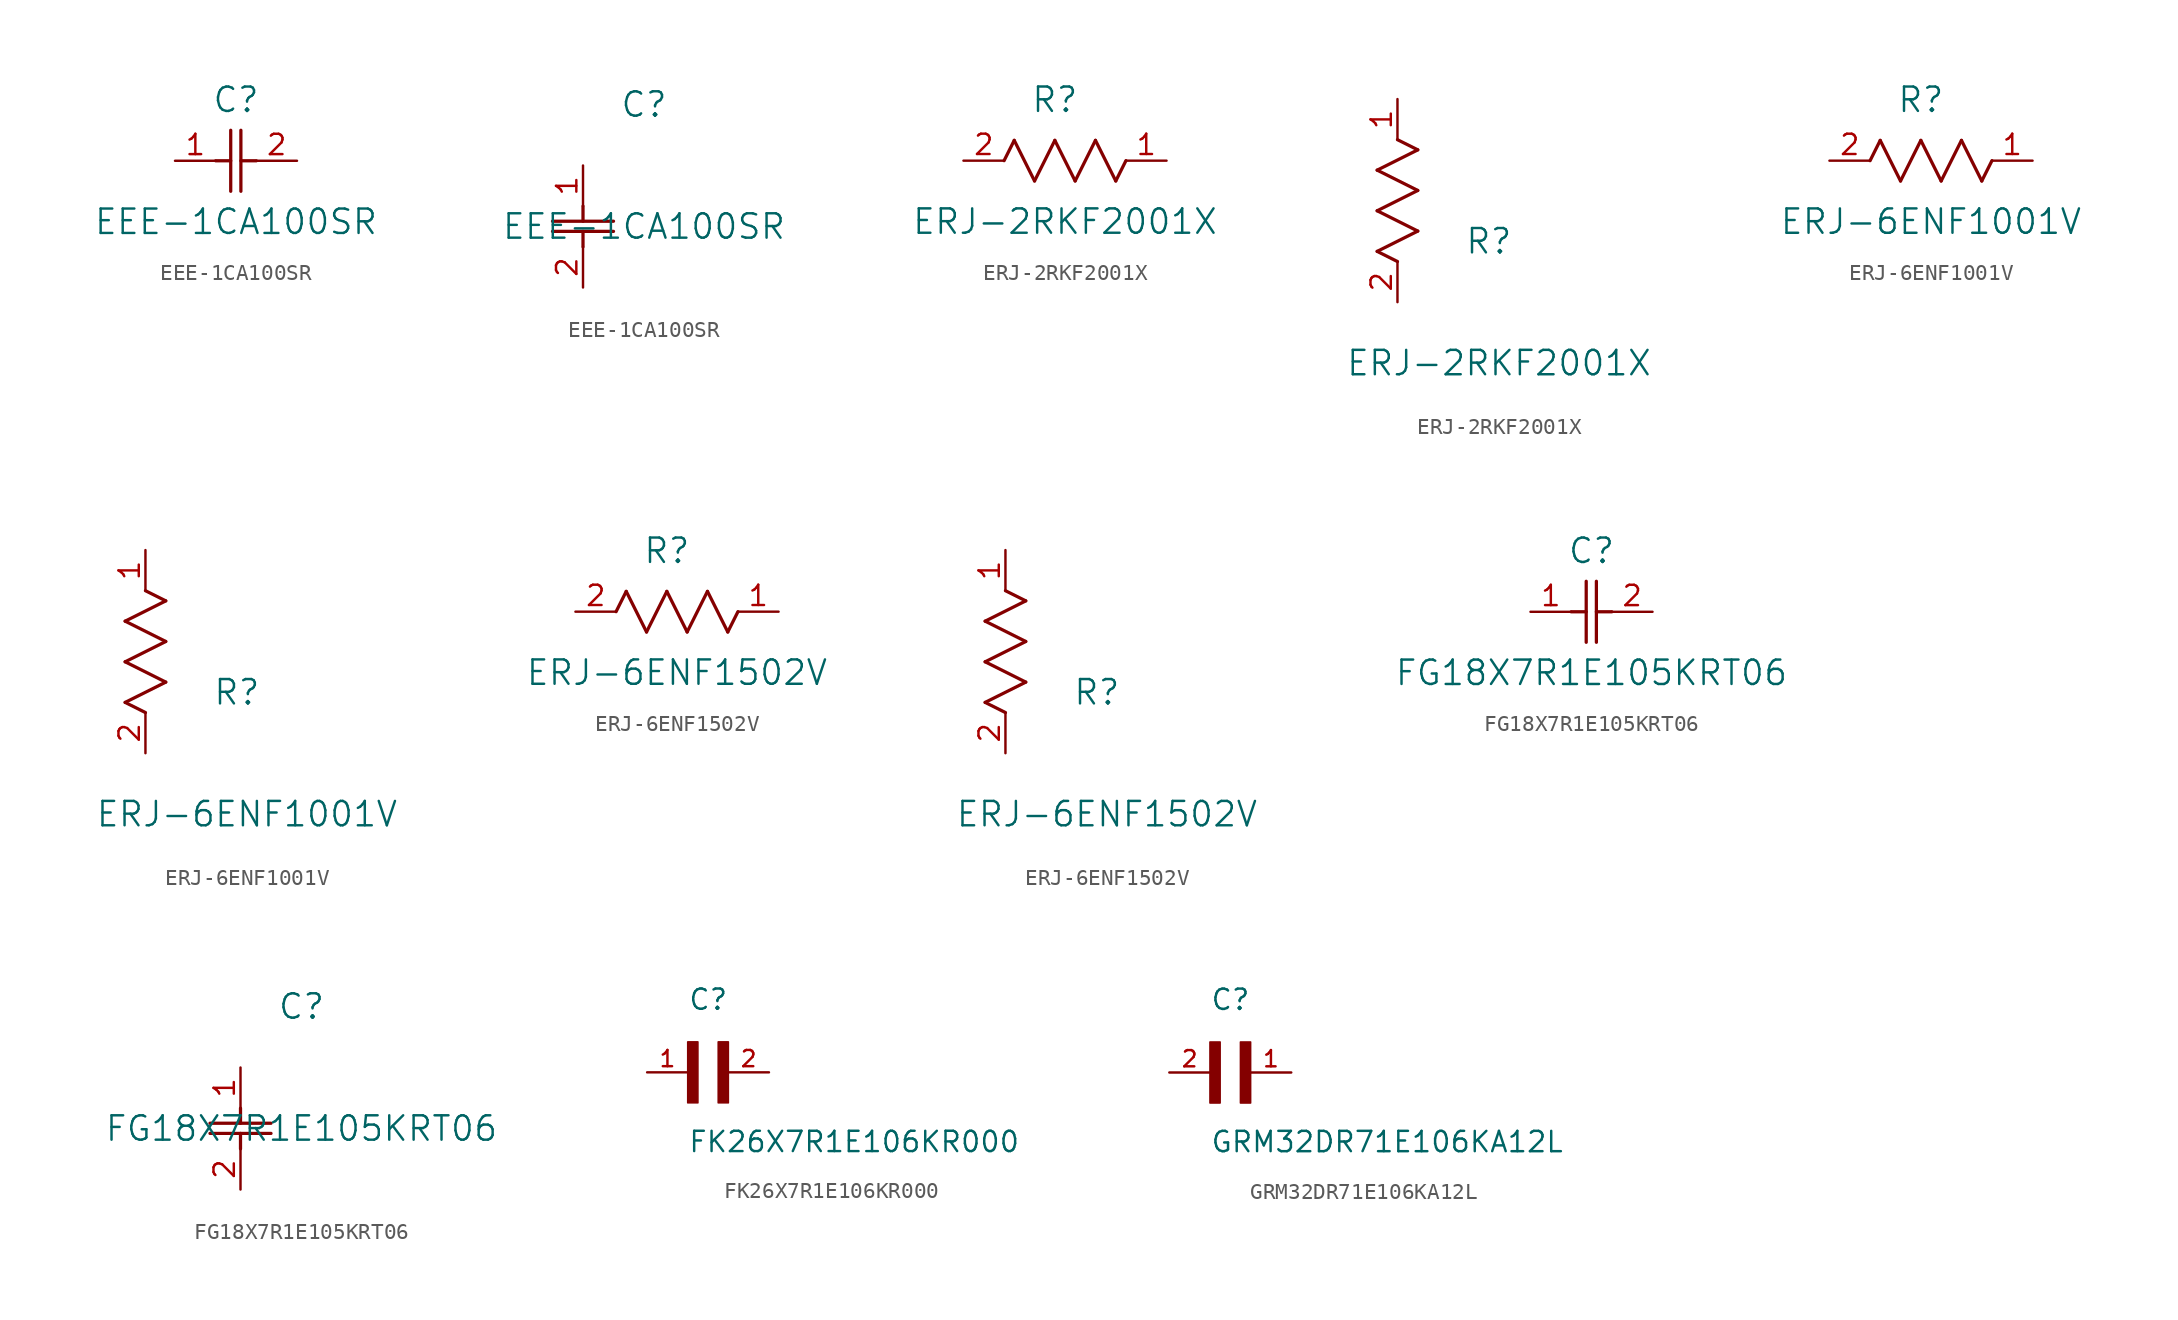
<source format=kicad_sym>
(kicad_symbol_lib
  (version 20211014)
  (generator kicad_symbol_editor)
  (symbol "EEE-1CA100SR"
    (pin_names
      (offset 0.254))
    (property "Reference" "C"
      (at 3.81 3.81 0)
      (effects (font (size 1.524 1.524))))
    (property "Value" "EEE-1CA100SR"
      (at 3.81 -3.81 0)
      (effects (font (size 1.524 1.524))))
    (symbol "EEE-1CA100SR_1_1"
      (polyline (pts (xy 3.48 -1.905) (xy 3.48 1.905)) (stroke (width 0.203) (type default) (color 0 0 0 0)) (fill (type none)))
      (polyline (pts (xy 4.115 -1.905) (xy 4.115 1.905)) (stroke (width 0.203) (type default) (color 0 0 0 0)) (fill (type none)))
      (polyline (pts (xy 4.115 0) (xy 5.08 0)) (stroke (width 0.203) (type default) (color 0 0 0 0)) (fill (type none)))
      (polyline (pts (xy 2.54 0) (xy 3.48 0)) (stroke (width 0.203) (type default) (color 0 0 0 0)) (fill (type none)))
      (pin unspecified line (at 0 0 0) (length 2.54) (name "" (effects (font (size 1.27 1.27)))) (number "1" (effects (font (size 1.27 1.27)))))
      (pin unspecified line (at 7.62 0 180) (length 2.54) (name "" (effects (font (size 1.27 1.27)))) (number "2" (effects (font (size 1.27 1.27))))))
    (symbol "EEE-1CA100SR_1_2"
      (polyline (pts (xy -1.905 -3.48) (xy 1.905 -3.48)) (stroke (width 0.203) (type default) (color 0 0 0 0)) (fill (type none)))
      (polyline (pts (xy -1.905 -4.115) (xy 1.905 -4.115)) (stroke (width 0.203) (type default) (color 0 0 0 0)) (fill (type none)))
      (polyline (pts (xy 0 -4.115) (xy 0 -5.08)) (stroke (width 0.203) (type default) (color 0 0 0 0)) (fill (type none)))
      (polyline (pts (xy 0 -2.54) (xy 0 -3.48)) (stroke (width 0.203) (type default) (color 0 0 0 0)) (fill (type none)))
      (pin unspecified line (at 0 0 270) (length 2.54) (name "" (effects (font (size 1.27 1.27)))) (number "1" (effects (font (size 1.27 1.27)))))
      (pin unspecified line (at 0 -7.62 90) (length 2.54) (name "" (effects (font (size 1.27 1.27)))) (number "2" (effects (font (size 1.27 1.27)))))))
  (symbol "ERJ-2RKF2001X"
    (pin_names
      (offset 0.254))
    (property "Reference" "R"
      (at 5.715 3.81 0)
      (effects (font (size 1.524 1.524))))
    (property "Value" "ERJ-2RKF2001X"
      (at 6.35 -3.81 0)
      (effects (font (size 1.524 1.524))))
    (symbol "ERJ-2RKF2001X_1_1"
      (polyline (pts (xy 3.175 1.27) (xy 4.445 -1.27)) (stroke (width 0.203) (type default) (color 0 0 0 0)) (fill (type none)))
      (polyline (pts (xy 4.445 -1.27) (xy 5.715 1.27)) (stroke (width 0.203) (type default) (color 0 0 0 0)) (fill (type none)))
      (polyline (pts (xy 5.715 1.27) (xy 6.985 -1.27)) (stroke (width 0.203) (type default) (color 0 0 0 0)) (fill (type none)))
      (polyline (pts (xy 6.985 -1.27) (xy 8.255 1.27)) (stroke (width 0.203) (type default) (color 0 0 0 0)) (fill (type none)))
      (polyline (pts (xy 8.255 1.27) (xy 9.525 -1.27)) (stroke (width 0.203) (type default) (color 0 0 0 0)) (fill (type none)))
      (polyline (pts (xy 2.54 0) (xy 3.175 1.27)) (stroke (width 0.203) (type default) (color 0 0 0 0)) (fill (type none)))
      (polyline (pts (xy 9.525 -1.27) (xy 10.16 0)) (stroke (width 0.203) (type default) (color 0 0 0 0)) (fill (type none)))
      (pin unspecified line (at 12.7 0 180) (length 2.54) (name "" (effects (font (size 1.27 1.27)))) (number "1" (effects (font (size 1.27 1.27)))))
      (pin unspecified line (at 0 0 0) (length 2.54) (name "" (effects (font (size 1.27 1.27)))) (number "2" (effects (font (size 1.27 1.27))))))
    (symbol "ERJ-2RKF2001X_1_2"
      (polyline (pts (xy 0 2.54) (xy -1.27 3.175)) (stroke (width 0.203) (type default) (color 0 0 0 0)) (fill (type none)))
      (polyline (pts (xy -1.27 3.175) (xy 1.27 4.445)) (stroke (width 0.203) (type default) (color 0 0 0 0)) (fill (type none)))
      (polyline (pts (xy 1.27 4.445) (xy -1.27 5.715)) (stroke (width 0.203) (type default) (color 0 0 0 0)) (fill (type none)))
      (polyline (pts (xy -1.27 5.715) (xy 1.27 6.985)) (stroke (width 0.203) (type default) (color 0 0 0 0)) (fill (type none)))
      (polyline (pts (xy -1.27 8.255) (xy 1.27 9.525)) (stroke (width 0.203) (type default) (color 0 0 0 0)) (fill (type none)))
      (polyline (pts (xy 1.27 9.525) (xy 0 10.16)) (stroke (width 0.203) (type default) (color 0 0 0 0)) (fill (type none)))
      (polyline (pts (xy 1.27 6.985) (xy -1.27 8.255)) (stroke (width 0.203) (type default) (color 0 0 0 0)) (fill (type none)))
      (pin unspecified line (at 0 12.7 270) (length 2.54) (name "" (effects (font (size 1.27 1.27)))) (number "1" (effects (font (size 1.27 1.27)))))
      (pin unspecified line (at 0 0 90) (length 2.54) (name "" (effects (font (size 1.27 1.27)))) (number "2" (effects (font (size 1.27 1.27)))))))
  (symbol "ERJ-6ENF1001V"
    (pin_names
      (offset 0.254))
    (property "Reference" "R"
      (at 5.715 3.81 0)
      (effects (font (size 1.524 1.524))))
    (property "Value" "ERJ-6ENF1001V"
      (at 6.35 -3.81 0)
      (effects (font (size 1.524 1.524))))
    (symbol "ERJ-6ENF1001V_1_1"
      (polyline (pts (xy 3.175 1.27) (xy 4.445 -1.27)) (stroke (width 0.203) (type default) (color 0 0 0 0)) (fill (type none)))
      (polyline (pts (xy 4.445 -1.27) (xy 5.715 1.27)) (stroke (width 0.203) (type default) (color 0 0 0 0)) (fill (type none)))
      (polyline (pts (xy 5.715 1.27) (xy 6.985 -1.27)) (stroke (width 0.203) (type default) (color 0 0 0 0)) (fill (type none)))
      (polyline (pts (xy 6.985 -1.27) (xy 8.255 1.27)) (stroke (width 0.203) (type default) (color 0 0 0 0)) (fill (type none)))
      (polyline (pts (xy 8.255 1.27) (xy 9.525 -1.27)) (stroke (width 0.203) (type default) (color 0 0 0 0)) (fill (type none)))
      (polyline (pts (xy 2.54 0) (xy 3.175 1.27)) (stroke (width 0.203) (type default) (color 0 0 0 0)) (fill (type none)))
      (polyline (pts (xy 9.525 -1.27) (xy 10.16 0)) (stroke (width 0.203) (type default) (color 0 0 0 0)) (fill (type none)))
      (pin unspecified line (at 12.7 0 180) (length 2.54) (name "" (effects (font (size 1.27 1.27)))) (number "1" (effects (font (size 1.27 1.27)))))
      (pin unspecified line (at 0 0 0) (length 2.54) (name "" (effects (font (size 1.27 1.27)))) (number "2" (effects (font (size 1.27 1.27))))))
    (symbol "ERJ-6ENF1001V_1_2"
      (polyline (pts (xy 0 2.54) (xy -1.27 3.175)) (stroke (width 0.203) (type default) (color 0 0 0 0)) (fill (type none)))
      (polyline (pts (xy -1.27 3.175) (xy 1.27 4.445)) (stroke (width 0.203) (type default) (color 0 0 0 0)) (fill (type none)))
      (polyline (pts (xy 1.27 4.445) (xy -1.27 5.715)) (stroke (width 0.203) (type default) (color 0 0 0 0)) (fill (type none)))
      (polyline (pts (xy -1.27 5.715) (xy 1.27 6.985)) (stroke (width 0.203) (type default) (color 0 0 0 0)) (fill (type none)))
      (polyline (pts (xy -1.27 8.255) (xy 1.27 9.525)) (stroke (width 0.203) (type default) (color 0 0 0 0)) (fill (type none)))
      (polyline (pts (xy 1.27 9.525) (xy 0 10.16)) (stroke (width 0.203) (type default) (color 0 0 0 0)) (fill (type none)))
      (polyline (pts (xy 1.27 6.985) (xy -1.27 8.255)) (stroke (width 0.203) (type default) (color 0 0 0 0)) (fill (type none)))
      (pin unspecified line (at 0 12.7 270) (length 2.54) (name "" (effects (font (size 1.27 1.27)))) (number "1" (effects (font (size 1.27 1.27)))))
      (pin unspecified line (at 0 0 90) (length 2.54) (name "" (effects (font (size 1.27 1.27)))) (number "2" (effects (font (size 1.27 1.27)))))))
  (symbol "ERJ-6ENF1502V"
    (pin_names
      (offset 0.254))
    (property "Reference" "R"
      (at 5.715 3.81 0)
      (effects (font (size 1.524 1.524))))
    (property "Value" "ERJ-6ENF1502V"
      (at 6.35 -3.81 0)
      (effects (font (size 1.524 1.524))))
    (symbol "ERJ-6ENF1502V_1_1"
      (polyline (pts (xy 3.175 1.27) (xy 4.445 -1.27)) (stroke (width 0.203) (type default) (color 0 0 0 0)) (fill (type none)))
      (polyline (pts (xy 4.445 -1.27) (xy 5.715 1.27)) (stroke (width 0.203) (type default) (color 0 0 0 0)) (fill (type none)))
      (polyline (pts (xy 5.715 1.27) (xy 6.985 -1.27)) (stroke (width 0.203) (type default) (color 0 0 0 0)) (fill (type none)))
      (polyline (pts (xy 6.985 -1.27) (xy 8.255 1.27)) (stroke (width 0.203) (type default) (color 0 0 0 0)) (fill (type none)))
      (polyline (pts (xy 8.255 1.27) (xy 9.525 -1.27)) (stroke (width 0.203) (type default) (color 0 0 0 0)) (fill (type none)))
      (polyline (pts (xy 2.54 0) (xy 3.175 1.27)) (stroke (width 0.203) (type default) (color 0 0 0 0)) (fill (type none)))
      (polyline (pts (xy 9.525 -1.27) (xy 10.16 0)) (stroke (width 0.203) (type default) (color 0 0 0 0)) (fill (type none)))
      (pin unspecified line (at 12.7 0 180) (length 2.54) (name "" (effects (font (size 1.27 1.27)))) (number "1" (effects (font (size 1.27 1.27)))))
      (pin unspecified line (at 0 0 0) (length 2.54) (name "" (effects (font (size 1.27 1.27)))) (number "2" (effects (font (size 1.27 1.27))))))
    (symbol "ERJ-6ENF1502V_1_2"
      (polyline (pts (xy 0 2.54) (xy -1.27 3.175)) (stroke (width 0.203) (type default) (color 0 0 0 0)) (fill (type none)))
      (polyline (pts (xy -1.27 3.175) (xy 1.27 4.445)) (stroke (width 0.203) (type default) (color 0 0 0 0)) (fill (type none)))
      (polyline (pts (xy 1.27 4.445) (xy -1.27 5.715)) (stroke (width 0.203) (type default) (color 0 0 0 0)) (fill (type none)))
      (polyline (pts (xy -1.27 5.715) (xy 1.27 6.985)) (stroke (width 0.203) (type default) (color 0 0 0 0)) (fill (type none)))
      (polyline (pts (xy -1.27 8.255) (xy 1.27 9.525)) (stroke (width 0.203) (type default) (color 0 0 0 0)) (fill (type none)))
      (polyline (pts (xy 1.27 9.525) (xy 0 10.16)) (stroke (width 0.203) (type default) (color 0 0 0 0)) (fill (type none)))
      (polyline (pts (xy 1.27 6.985) (xy -1.27 8.255)) (stroke (width 0.203) (type default) (color 0 0 0 0)) (fill (type none)))
      (pin unspecified line (at 0 12.7 270) (length 2.54) (name "" (effects (font (size 1.27 1.27)))) (number "1" (effects (font (size 1.27 1.27)))))
      (pin unspecified line (at 0 0 90) (length 2.54) (name "" (effects (font (size 1.27 1.27)))) (number "2" (effects (font (size 1.27 1.27)))))))
  (symbol "FG18X7R1E105KRT06"
    (pin_names
      (offset 0.254))
    (property "Reference" "C"
      (at 3.81 3.81 0)
      (effects (font (size 1.524 1.524))))
    (property "Value" "FG18X7R1E105KRT06"
      (at 3.81 -3.81 0)
      (effects (font (size 1.524 1.524))))
    (symbol "FG18X7R1E105KRT06_1_1"
      (polyline (pts (xy 3.48 -1.905) (xy 3.48 1.905)) (stroke (width 0.203) (type default) (color 0 0 0 0)) (fill (type none)))
      (polyline (pts (xy 4.115 -1.905) (xy 4.115 1.905)) (stroke (width 0.203) (type default) (color 0 0 0 0)) (fill (type none)))
      (polyline (pts (xy 4.115 0) (xy 5.08 0)) (stroke (width 0.203) (type default) (color 0 0 0 0)) (fill (type none)))
      (polyline (pts (xy 2.54 0) (xy 3.48 0)) (stroke (width 0.203) (type default) (color 0 0 0 0)) (fill (type none)))
      (pin unspecified line (at 0 0 0) (length 2.54) (name "" (effects (font (size 1.27 1.27)))) (number "1" (effects (font (size 1.27 1.27)))))
      (pin unspecified line (at 7.62 0 180) (length 2.54) (name "" (effects (font (size 1.27 1.27)))) (number "2" (effects (font (size 1.27 1.27))))))
    (symbol "FG18X7R1E105KRT06_1_2"
      (polyline (pts (xy -1.905 -3.48) (xy 1.905 -3.48)) (stroke (width 0.203) (type default) (color 0 0 0 0)) (fill (type none)))
      (polyline (pts (xy -1.905 -4.115) (xy 1.905 -4.115)) (stroke (width 0.203) (type default) (color 0 0 0 0)) (fill (type none)))
      (polyline (pts (xy 0 -4.115) (xy 0 -5.08)) (stroke (width 0.203) (type default) (color 0 0 0 0)) (fill (type none)))
      (polyline (pts (xy 0 -2.54) (xy 0 -3.48)) (stroke (width 0.203) (type default) (color 0 0 0 0)) (fill (type none)))
      (pin unspecified line (at 0 0 270) (length 2.54) (name "" (effects (font (size 1.27 1.27)))) (number "1" (effects (font (size 1.27 1.27)))))
      (pin unspecified line (at 0 -7.62 90) (length 2.54) (name "" (effects (font (size 1.27 1.27)))) (number "2" (effects (font (size 1.27 1.27)))))))
  (symbol "FK26X7R1E106KR000"
    (pin_names
      (offset 1.016))
    (property "Reference" "C"
      (at 0.0 3.811 0)
      (effects (font (size 1.27 1.27)) (justify bottom left)))
    (property "Value" "FK26X7R1E106KR000"
      (at 0.0 -5.088 0)
      (effects (font (size 1.27 1.27)) (justify bottom left)))
    (symbol "FK26X7R1E106KR000_0_0"
      (rectangle (start 0.0 -1.907) (end 0.635 1.905) (stroke (width 0.1)) (fill (type outline)))
      (rectangle (start 1.907 -1.907) (end 2.54 1.905) (stroke (width 0.1)) (fill (type outline)))
      (pin passive line (at -2.54 0.0 0) (length 2.54) (name "~" (effects (font (size 1.016 1.016)))) (number "1" (effects (font (size 1.016 1.016)))))
      (pin passive line (at 5.08 0.0 180.0) (length 2.54) (name "~" (effects (font (size 1.016 1.016)))) (number "2" (effects (font (size 1.016 1.016)))))))
  (symbol "GRM32DR71E106KA12L"
    (pin_names
      (offset 1.016))
    (property "Reference" "C"
      (at 0.0 3.81 0)
      (effects (font (size 1.27 1.27)) (justify bottom left)))
    (property "Value" "GRM32DR71E106KA12L"
      (at 0.0 -5.08 0)
      (effects (font (size 1.27 1.27)) (justify bottom left)))
    (symbol "GRM32DR71E106KA12L_0_0"
      (rectangle (start 0.0 -1.905) (end 0.635 1.905) (stroke (width 0.1)) (fill (type outline)))
      (rectangle (start 1.905 -1.905) (end 2.54 1.905) (stroke (width 0.1)) (fill (type outline)))
      (pin passive line (at 5.08 0.0 180.0) (length 2.54) (name "~" (effects (font (size 1.016 1.016)))) (number "1" (effects (font (size 1.016 1.016)))))
      (pin passive line (at -2.54 0.0 0) (length 2.54) (name "~" (effects (font (size 1.016 1.016)))) (number "2" (effects (font (size 1.016 1.016))))))))
</source>
